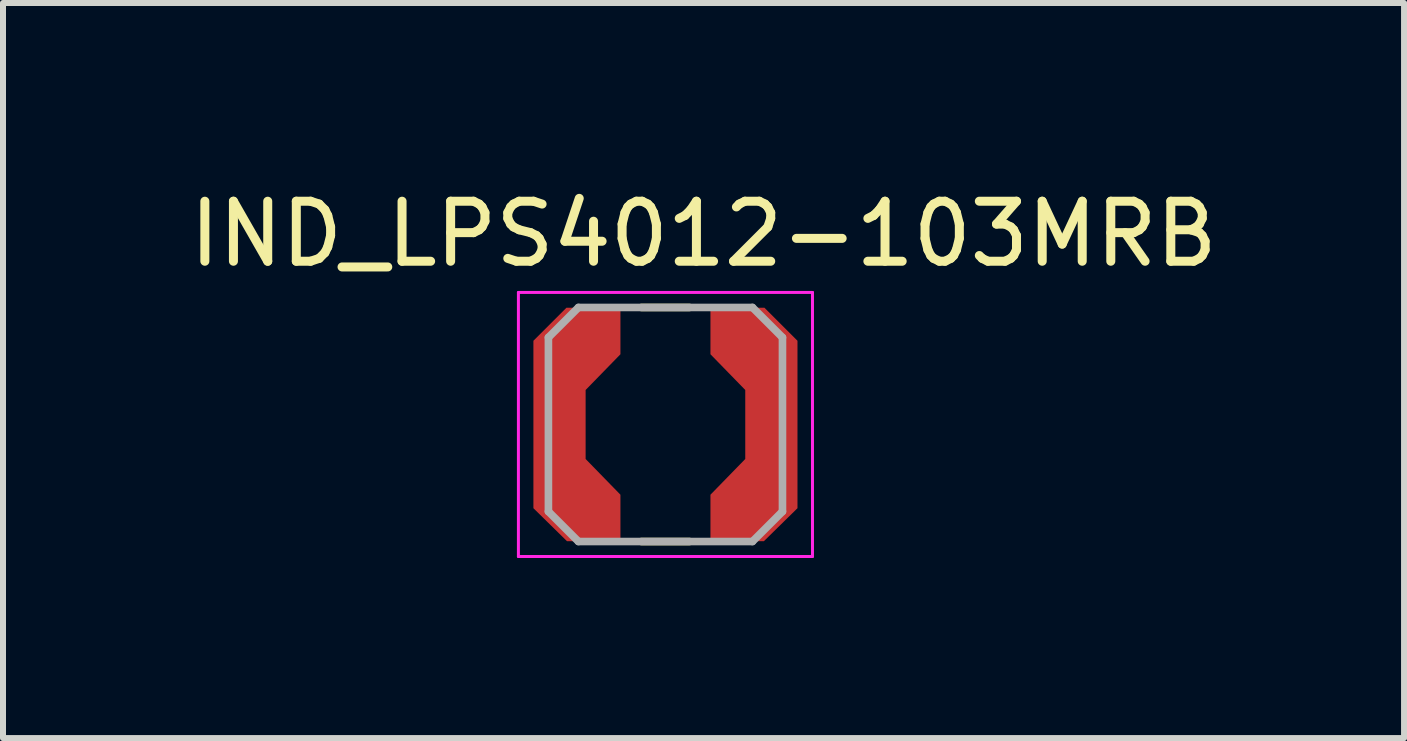
<source format=kicad_pcb>
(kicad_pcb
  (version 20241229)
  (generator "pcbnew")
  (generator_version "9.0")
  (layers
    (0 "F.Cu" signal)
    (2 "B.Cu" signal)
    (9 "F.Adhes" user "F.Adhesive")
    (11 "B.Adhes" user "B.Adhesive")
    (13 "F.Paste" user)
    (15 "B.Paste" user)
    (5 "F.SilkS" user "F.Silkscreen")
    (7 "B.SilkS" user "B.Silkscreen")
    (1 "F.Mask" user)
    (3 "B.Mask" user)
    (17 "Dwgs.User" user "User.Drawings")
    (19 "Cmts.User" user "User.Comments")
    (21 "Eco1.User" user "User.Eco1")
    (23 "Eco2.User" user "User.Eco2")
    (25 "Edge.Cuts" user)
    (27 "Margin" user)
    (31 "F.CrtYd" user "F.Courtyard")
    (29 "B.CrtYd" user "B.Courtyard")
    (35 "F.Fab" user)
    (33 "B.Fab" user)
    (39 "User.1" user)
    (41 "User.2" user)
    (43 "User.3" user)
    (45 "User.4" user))
  (footprint "IND_LPS4012-103MRB"
    (layer "F.Cu")
    (at 8.038 4.023)
    (property "Reference" "IND_LPS4012-103MRB" (at 0.635 -3.175 0) (layer "F.SilkS") (effects (font (size 1 1) (thickness 0.15))))
    (attr smd)
    (fp_poly (pts (xy 0.65 -2.05) (xy 1.7 -2.05) (xy 2.3 -1.45) (xy 2.3 1.45) (xy 1.7 2.05) (xy 0.65 2.05) (xy 0.65 1.1) (xy 1.2 0.55) (xy 1.2 -0.55) (xy 0.65 -1.1)) (stroke (width 0.0001) (type solid)) (fill yes) (layer "F.Mask"))
    (fp_poly (pts (xy -0.65 -2.05) (xy -1.65 -2.05) (xy -1.7 -2.05) (xy -2.3 -1.45) (xy -2.3 1.45) (xy -1.7 2.05) (xy -0.65 2.05) (xy -0.65 1.1) (xy -1.2 0.55) (xy -1.2 -0.55) (xy -0.65 -1.1)) (stroke (width 0.0001) (type solid)) (fill yes) (layer "F.Mask"))
    (fp_line (start -0.4 -1.95) (end 0.4 -1.95) (stroke (width 0.127) (type solid)) (layer "F.SilkS"))
    (fp_line (start -0.4 1.95) (end 0.4 1.95) (stroke (width 0.127) (type solid)) (layer "F.SilkS"))
    (fp_poly (pts (xy -2.2 -1.395) (xy -1.65 -1.945) (xy -0.75 -1.945) (xy -0.75 -1.155) (xy -1.33 -0.575) (xy -1.33 0.59) (xy -0.75 1.17) (xy -0.75 1.945) (xy -1.65 1.945) (xy -2.2 1.395)) (stroke (width 0.0001) (type solid)) (fill yes) (layer "F.Paste"))
    (fp_poly (pts (xy 2.2 -1.395) (xy 1.65 -1.945) (xy 0.75 -1.945) (xy 0.75 -1.155) (xy 1.33 -0.575) (xy 1.33 0.59) (xy 0.75 1.17) (xy 0.75 1.945) (xy 1.65 1.945) (xy 2.2 1.395)) (stroke (width 0.0001) (type solid)) (fill yes) (layer "F.Paste"))
    (fp_line (start -2.45 -2.2) (end 2.45 -2.2) (stroke (width 0.05) (type solid)) (layer "F.CrtYd"))
    (fp_line (start -2.45 2.2) (end -2.45 -2.2) (stroke (width 0.05) (type solid)) (layer "F.CrtYd"))
    (fp_line (start 2.45 -2.2) (end 2.45 2.2) (stroke (width 0.05) (type solid)) (layer "F.CrtYd"))
    (fp_line (start 2.45 2.2) (end -2.45 2.2) (stroke (width 0.05) (type solid)) (layer "F.CrtYd"))
    (fp_line (start -1.95 -1.45) (end -1.95 1.45) (stroke (width 0.127) (type solid)) (layer "F.Fab"))
    (fp_line (start -1.95 -1.45) (end -1.45 -1.95) (stroke (width 0.127) (type solid)) (layer "F.Fab"))
    (fp_line (start -1.45 -1.95) (end 1.45 -1.95) (stroke (width 0.127) (type solid)) (layer "F.Fab"))
    (fp_line (start -1.45 1.95) (end -1.95 1.45) (stroke (width 0.127) (type solid)) (layer "F.Fab"))
    (fp_line (start -1.45 1.95) (end 1.45 1.95) (stroke (width 0.127) (type solid)) (layer "F.Fab"))
    (fp_line (start 1.45 -1.95) (end 1.95 -1.45) (stroke (width 0.127) (type solid)) (layer "F.Fab"))
    (fp_line (start 1.45 1.95) (end 1.95 1.45) (stroke (width 0.127) (type solid)) (layer "F.Fab"))
    (fp_line (start 1.95 -1.45) (end 1.95 1.45) (stroke (width 0.127) (type solid)) (layer "F.Fab"))
    (pad "1" smd custom (at -1.765 0) (size 0.87 1.15) (layers "F.Cu") (options (anchor rect)) (primitives (gr_poly (pts (xy -0.435 -1.395) (xy 0.115 -1.945) (xy 1.015 -1.945) (xy 1.015 -1.17) (xy 0.435 -0.575) (xy 0.435 0.575) (xy 1.015 1.17) (xy 1.015 1.945) (xy 0.125 1.945) (xy -0.435 1.395)) (width 0.0001) (fill yes))))
    (pad "2" smd custom (at 1.765 0) (size 0.87 1.15) (layers "F.Cu") (options (anchor rect)) (primitives (gr_poly (pts (xy 0.435 -1.395) (xy -0.115 -1.945) (xy -1.015 -1.945) (xy -1.015 -1.17) (xy -0.435 -0.575) (xy -0.435 0.575) (xy -1.015 1.17) (xy -1.015 1.945) (xy -0.125 1.945) (xy 0.435 1.395)) (width 0.0001) (fill yes)))))
  (gr_rect
    (start -3 -3)
    (end 20.345 9.248)
    (stroke (width 0.1) (type default))
    (fill no)
    (layer "Edge.Cuts")))
</source>
